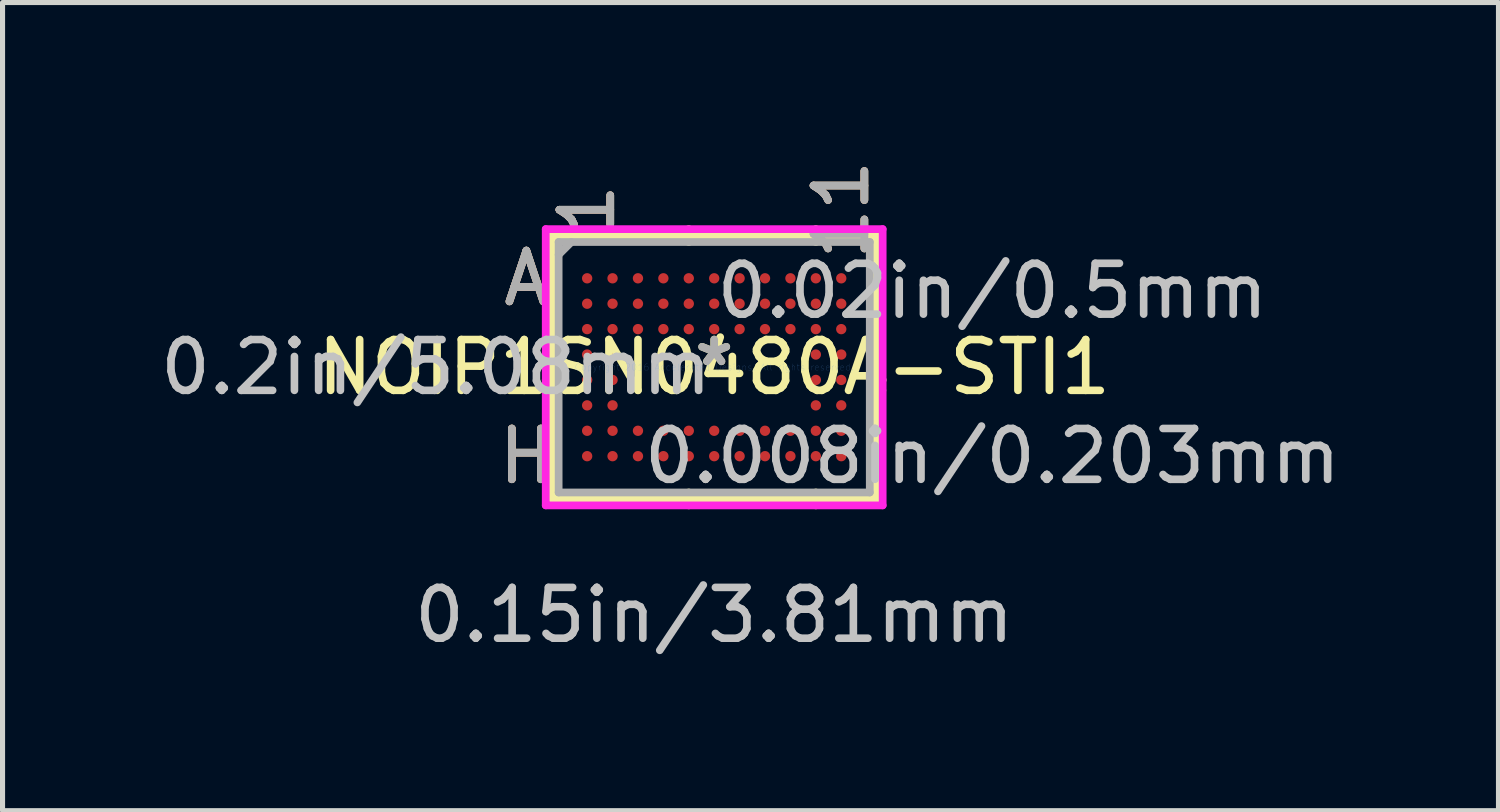
<source format=kicad_pcb>
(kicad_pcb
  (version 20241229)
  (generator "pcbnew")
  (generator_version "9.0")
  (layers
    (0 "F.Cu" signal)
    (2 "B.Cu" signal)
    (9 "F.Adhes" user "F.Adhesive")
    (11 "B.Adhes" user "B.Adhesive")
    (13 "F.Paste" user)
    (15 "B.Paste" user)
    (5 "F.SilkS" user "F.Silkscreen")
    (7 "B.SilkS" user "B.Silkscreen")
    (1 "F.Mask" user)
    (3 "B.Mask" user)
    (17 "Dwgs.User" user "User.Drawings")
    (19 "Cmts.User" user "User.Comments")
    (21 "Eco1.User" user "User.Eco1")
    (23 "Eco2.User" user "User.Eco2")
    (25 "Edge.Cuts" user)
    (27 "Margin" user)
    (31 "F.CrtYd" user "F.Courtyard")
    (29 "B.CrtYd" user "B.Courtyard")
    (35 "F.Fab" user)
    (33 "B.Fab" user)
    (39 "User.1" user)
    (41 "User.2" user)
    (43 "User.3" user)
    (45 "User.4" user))
  (footprint "NOIP1SN0480A-STI1"
    (layer "F.Cu")
    (at 11.003 4.176)
    (property "Reference" "NOIP1SN0480A-STI1" (at 0 0 0) (layer "F.SilkS") (effects (font (size 1 1) (thickness 0.15))))
    (attr through_hole)
    (fp_line (start -3.188 -2.591) (end -3.188 2.591) (stroke (width 0.152) (type solid)) (layer "F.SilkS"))
    (fp_line (start -3.188 2.591) (end 3.188 2.591) (stroke (width 0.152) (type solid)) (layer "F.SilkS"))
    (fp_line (start -3.061 0.25) (end -3.315 0.25) (stroke (width 0.152) (type solid)) (layer "F.SilkS"))
    (fp_line (start -0.5 -2.464) (end -0.5 -2.718) (stroke (width 0.152) (type solid)) (layer "F.SilkS"))
    (fp_line (start -0.5 2.464) (end -0.5 2.718) (stroke (width 0.152) (type solid)) (layer "F.SilkS"))
    (fp_line (start 2 -2.464) (end 2 -2.718) (stroke (width 0.152) (type solid)) (layer "F.SilkS"))
    (fp_line (start 2 2.464) (end 2 2.718) (stroke (width 0.152) (type solid)) (layer "F.SilkS"))
    (fp_line (start 3.061 0.25) (end 3.315 0.25) (stroke (width 0.152) (type solid)) (layer "F.SilkS"))
    (fp_line (start 3.188 -2.591) (end -3.188 -2.591) (stroke (width 0.152) (type solid)) (layer "F.SilkS"))
    (fp_line (start 3.188 2.591) (end 3.188 -2.591) (stroke (width 0.152) (type solid)) (layer "F.SilkS"))
    (fp_line (start -3.315 -2.718) (end 3.315 -2.718) (stroke (width 0.152) (type solid)) (layer "F.CrtYd"))
    (fp_line (start -3.315 2.718) (end -3.315 -2.718) (stroke (width 0.152) (type solid)) (layer "F.CrtYd"))
    (fp_line (start 3.315 -2.718) (end 3.315 2.718) (stroke (width 0.152) (type solid)) (layer "F.CrtYd"))
    (fp_line (start 3.315 2.718) (end -3.315 2.718) (stroke (width 0.152) (type solid)) (layer "F.CrtYd"))
    (fp_line (start -3.061 -2.464) (end -3.061 2.464) (stroke (width 0.152) (type solid)) (layer "F.Fab"))
    (fp_line (start -3.061 2.464) (end 3.061 2.464) (stroke (width 0.152) (type solid)) (layer "F.Fab"))
    (fp_line (start -2.811 -2.464) (end -3.061 -2.214) (stroke (width 0.152) (type solid)) (layer "F.Fab"))
    (fp_line (start 3.061 -2.464) (end -3.061 -2.464) (stroke (width 0.152) (type solid)) (layer "F.Fab"))
    (fp_line (start 3.061 2.464) (end 3.061 -2.464) (stroke (width 0.152) (type solid)) (layer "F.Fab"))
    (fp_text user "1" (at -2.5 -3.099 90) (layer "F.SilkS") (effects (font (size 1 1) (thickness 0.15))))
    (fp_text user "A" (at -3.696 -1.75 0) (layer "F.SilkS") (effects (font (size 1 1) (thickness 0.15))))
    (fp_text user "11" (at 2.5 -3.099 90) (layer "F.SilkS") (effects (font (size 1 1) (thickness 0.15))))
    (fp_text user "*" (at 0 0 0) (layer "F.SilkS") (effects (font (size 1 1) (thickness 0.15))))
    (fp_text user "H" (at -3.696 1.75 0) (layer "F.SilkS") (effects (font (size 1 1) (thickness 0.15))))
    (fp_text user "1" (at -2.5 -3.099 90) (layer "B.SilkS") (effects (font (size 1 1) (thickness 0.15))))
    (fp_text user "11" (at 2.5 -3.099 90) (layer "B.SilkS") (effects (font (size 1 1) (thickness 0.15))))
    (fp_text user "A" (at -3.696 -1.75 0) (layer "B.SilkS") (effects (font (size 1 1) (thickness 0.15))))
    (fp_text user "H" (at -3.696 1.75 0) (layer "B.SilkS") (effects (font (size 1 1) (thickness 0.15))))
    (fp_text user "0.02in/0.5mm" (at 5.474 -1.5 0) (layer "Dwgs.User") (effects (font (size 1 1) (thickness 0.15))))
    (fp_text user "0.15in/3.81mm" (at 0 4.877 0) (layer "Dwgs.User") (effects (font (size 1 1) (thickness 0.15))))
    (fp_text user "0.008in/0.203mm" (at 5.474 1.75 0) (layer "Dwgs.User") (effects (font (size 1 1) (thickness 0.15))))
    (fp_text user "0.2in/5.08mm" (at -5.474 0 0) (layer "Dwgs.User") (effects (font (size 1 1) (thickness 0.15))))
    (fp_text user "Copyright 2016 Accelerated Designs. All rights reserved." (at 0 0 0) (layer "Cmts.User") (effects (font (size 0.127 0.127) (thickness 0.002))))
    (fp_text user "1" (at -2.5 -3.099 90) (layer "F.Fab") (effects (font (size 1 1) (thickness 0.15))))
    (fp_text user "H" (at -3.696 1.75 0) (layer "F.Fab") (effects (font (size 1 1) (thickness 0.15))))
    (fp_text user "A" (at -3.696 -1.75 0) (layer "F.Fab") (effects (font (size 1 1) (thickness 0.15))))
    (fp_text user "11" (at 2.5 -3.099 90) (layer "F.Fab") (effects (font (size 1 1) (thickness 0.15))))
    (fp_text user "*" (at 0 0 0) (layer "F.Fab") (effects (font (size 1 1) (thickness 0.15))))
    (pad "A1" smd circle (at -2.5 -1.75) (size 0.203 0.203) (layers "F.Cu" "F.Mask" "F.Paste"))
    (pad "A2" smd circle (at -2 -1.75) (size 0.203 0.203) (layers "F.Cu" "F.Mask" "F.Paste"))
    (pad "A3" smd circle (at -1.5 -1.75) (size 0.203 0.203) (layers "F.Cu" "F.Mask" "F.Paste"))
    (pad "A4" smd circle (at -1 -1.75) (size 0.203 0.203) (layers "F.Cu" "F.Mask" "F.Paste"))
    (pad "A5" smd circle (at -0.5 -1.75) (size 0.203 0.203) (layers "F.Cu" "F.Mask" "F.Paste"))
    (pad "A6" smd circle (at 0 -1.75) (size 0.203 0.203) (layers "F.Cu" "F.Mask" "F.Paste"))
    (pad "A7" smd circle (at 0.5 -1.75) (size 0.203 0.203) (layers "F.Cu" "F.Mask" "F.Paste"))
    (pad "A8" smd circle (at 1 -1.75) (size 0.203 0.203) (layers "F.Cu" "F.Mask" "F.Paste"))
    (pad "A9" smd circle (at 1.5 -1.75) (size 0.203 0.203) (layers "F.Cu" "F.Mask" "F.Paste"))
    (pad "A10" smd circle (at 2 -1.75) (size 0.203 0.203) (layers "F.Cu" "F.Mask" "F.Paste"))
    (pad "A11" smd circle (at 2.5 -1.75) (size 0.203 0.203) (layers "F.Cu" "F.Mask" "F.Paste"))
    (pad "B1" smd circle (at -2.5 -1.25) (size 0.203 0.203) (layers "F.Cu" "F.Mask" "F.Paste"))
    (pad "B2" smd circle (at -2 -1.25) (size 0.203 0.203) (layers "F.Cu" "F.Mask" "F.Paste"))
    (pad "B3" smd circle (at -1.5 -1.25) (size 0.203 0.203) (layers "F.Cu" "F.Mask" "F.Paste"))
    (pad "B4" smd circle (at -1 -1.25) (size 0.203 0.203) (layers "F.Cu" "F.Mask" "F.Paste"))
    (pad "B5" smd circle (at -0.5 -1.25) (size 0.203 0.203) (layers "F.Cu" "F.Mask" "F.Paste"))
    (pad "B6" smd circle (at 0 -1.25) (size 0.203 0.203) (layers "F.Cu" "F.Mask" "F.Paste"))
    (pad "B7" smd circle (at 0.5 -1.25) (size 0.203 0.203) (layers "F.Cu" "F.Mask" "F.Paste"))
    (pad "B8" smd circle (at 1 -1.25) (size 0.203 0.203) (layers "F.Cu" "F.Mask" "F.Paste"))
    (pad "B9" smd circle (at 1.5 -1.25) (size 0.203 0.203) (layers "F.Cu" "F.Mask" "F.Paste"))
    (pad "B10" smd circle (at 2 -1.25) (size 0.203 0.203) (layers "F.Cu" "F.Mask" "F.Paste"))
    (pad "B11" smd circle (at 2.5 -1.25) (size 0.203 0.203) (layers "F.Cu" "F.Mask" "F.Paste"))
    (pad "C1" smd circle (at -2.5 -0.75) (size 0.203 0.203) (layers "F.Cu" "F.Mask" "F.Paste"))
    (pad "C2" smd circle (at -2 -0.75) (size 0.203 0.203) (layers "F.Cu" "F.Mask" "F.Paste"))
    (pad "C3" smd circle (at -1.5 -0.75) (size 0.203 0.203) (layers "F.Cu" "F.Mask" "F.Paste"))
    (pad "C4" smd circle (at -1 -0.75) (size 0.203 0.203) (layers "F.Cu" "F.Mask" "F.Paste"))
    (pad "C5" smd circle (at -0.5 -0.75) (size 0.203 0.203) (layers "F.Cu" "F.Mask" "F.Paste"))
    (pad "C6" smd circle (at 0 -0.75) (size 0.203 0.203) (layers "F.Cu" "F.Mask" "F.Paste"))
    (pad "C7" smd circle (at 0.5 -0.75) (size 0.203 0.203) (layers "F.Cu" "F.Mask" "F.Paste"))
    (pad "C8" smd circle (at 1 -0.75) (size 0.203 0.203) (layers "F.Cu" "F.Mask" "F.Paste"))
    (pad "C9" smd circle (at 1.5 -0.75) (size 0.203 0.203) (layers "F.Cu" "F.Mask" "F.Paste"))
    (pad "C10" smd circle (at 2 -0.75) (size 0.203 0.203) (layers "F.Cu" "F.Mask" "F.Paste"))
    (pad "C11" smd circle (at 2.5 -0.75) (size 0.203 0.203) (layers "F.Cu" "F.Mask" "F.Paste"))
    (pad "D1" smd circle (at -2.5 -0.25) (size 0.203 0.203) (layers "F.Cu" "F.Mask" "F.Paste"))
    (pad "D2" smd circle (at -2 -0.25) (size 0.203 0.203) (layers "F.Cu" "F.Mask" "F.Paste"))
    (pad "D10" smd circle (at 2 -0.25) (size 0.203 0.203) (layers "F.Cu" "F.Mask" "F.Paste"))
    (pad "D11" smd circle (at 2.5 -0.25) (size 0.203 0.203) (layers "F.Cu" "F.Mask" "F.Paste"))
    (pad "E1" smd circle (at -2.5 0.25) (size 0.203 0.203) (layers "F.Cu" "F.Mask" "F.Paste"))
    (pad "E2" smd circle (at -2 0.25) (size 0.203 0.203) (layers "F.Cu" "F.Mask" "F.Paste"))
    (pad "E10" smd circle (at 2 0.25) (size 0.203 0.203) (layers "F.Cu" "F.Mask" "F.Paste"))
    (pad "E11" smd circle (at 2.5 0.25) (size 0.203 0.203) (layers "F.Cu" "F.Mask" "F.Paste"))
    (pad "F1" smd circle (at -2.5 0.75) (size 0.203 0.203) (layers "F.Cu" "F.Mask" "F.Paste"))
    (pad "F2" smd circle (at -2 0.75) (size 0.203 0.203) (layers "F.Cu" "F.Mask" "F.Paste"))
    (pad "F10" smd circle (at 2 0.75) (size 0.203 0.203) (layers "F.Cu" "F.Mask" "F.Paste"))
    (pad "F11" smd circle (at 2.5 0.75) (size 0.203 0.203) (layers "F.Cu" "F.Mask" "F.Paste"))
    (pad "G1" smd circle (at -2.5 1.25) (size 0.203 0.203) (layers "F.Cu" "F.Mask" "F.Paste"))
    (pad "G2" smd circle (at -2 1.25) (size 0.203 0.203) (layers "F.Cu" "F.Mask" "F.Paste"))
    (pad "G3" smd circle (at -1.5 1.25) (size 0.203 0.203) (layers "F.Cu" "F.Mask" "F.Paste"))
    (pad "G4" smd circle (at -1 1.25) (size 0.203 0.203) (layers "F.Cu" "F.Mask" "F.Paste"))
    (pad "G5" smd circle (at -0.5 1.25) (size 0.203 0.203) (layers "F.Cu" "F.Mask" "F.Paste"))
    (pad "G6" smd circle (at 0 1.25) (size 0.203 0.203) (layers "F.Cu" "F.Mask" "F.Paste"))
    (pad "G7" smd circle (at 0.5 1.25) (size 0.203 0.203) (layers "F.Cu" "F.Mask" "F.Paste"))
    (pad "G8" smd circle (at 1 1.25) (size 0.203 0.203) (layers "F.Cu" "F.Mask" "F.Paste"))
    (pad "G9" smd circle (at 1.5 1.25) (size 0.203 0.203) (layers "F.Cu" "F.Mask" "F.Paste"))
    (pad "G10" smd circle (at 2 1.25) (size 0.203 0.203) (layers "F.Cu" "F.Mask" "F.Paste"))
    (pad "G11" smd circle (at 2.5 1.25) (size 0.203 0.203) (layers "F.Cu" "F.Mask" "F.Paste"))
    (pad "H1" smd circle (at -2.5 1.75) (size 0.203 0.203) (layers "F.Cu" "F.Mask" "F.Paste"))
    (pad "H2" smd circle (at -2 1.75) (size 0.203 0.203) (layers "F.Cu" "F.Mask" "F.Paste"))
    (pad "H3" smd circle (at -1.5 1.75) (size 0.203 0.203) (layers "F.Cu" "F.Mask" "F.Paste"))
    (pad "H4" smd circle (at -1 1.75) (size 0.203 0.203) (layers "F.Cu" "F.Mask" "F.Paste"))
    (pad "H5" smd circle (at -0.5 1.75) (size 0.203 0.203) (layers "F.Cu" "F.Mask" "F.Paste"))
    (pad "H6" smd circle (at 0 1.75) (size 0.203 0.203) (layers "F.Cu" "F.Mask" "F.Paste"))
    (pad "H7" smd circle (at 0.5 1.75) (size 0.203 0.203) (layers "F.Cu" "F.Mask" "F.Paste"))
    (pad "H8" smd circle (at 1 1.75) (size 0.203 0.203) (layers "F.Cu" "F.Mask" "F.Paste"))
    (pad "H9" smd circle (at 1.5 1.75) (size 0.203 0.203) (layers "F.Cu" "F.Mask" "F.Paste"))
    (pad "H10" smd circle (at 2 1.75) (size 0.203 0.203) (layers "F.Cu" "F.Mask" "F.Paste"))
    (pad "H11" smd circle (at 2.5 1.75) (size 0.203 0.203) (layers "F.Cu" "F.Mask" "F.Paste")))
  (gr_rect
    (start -3 -3)
    (end 26.435 12.901)
    (stroke (width 0.1) (type default))
    (fill no)
    (layer "Edge.Cuts")))
</source>
